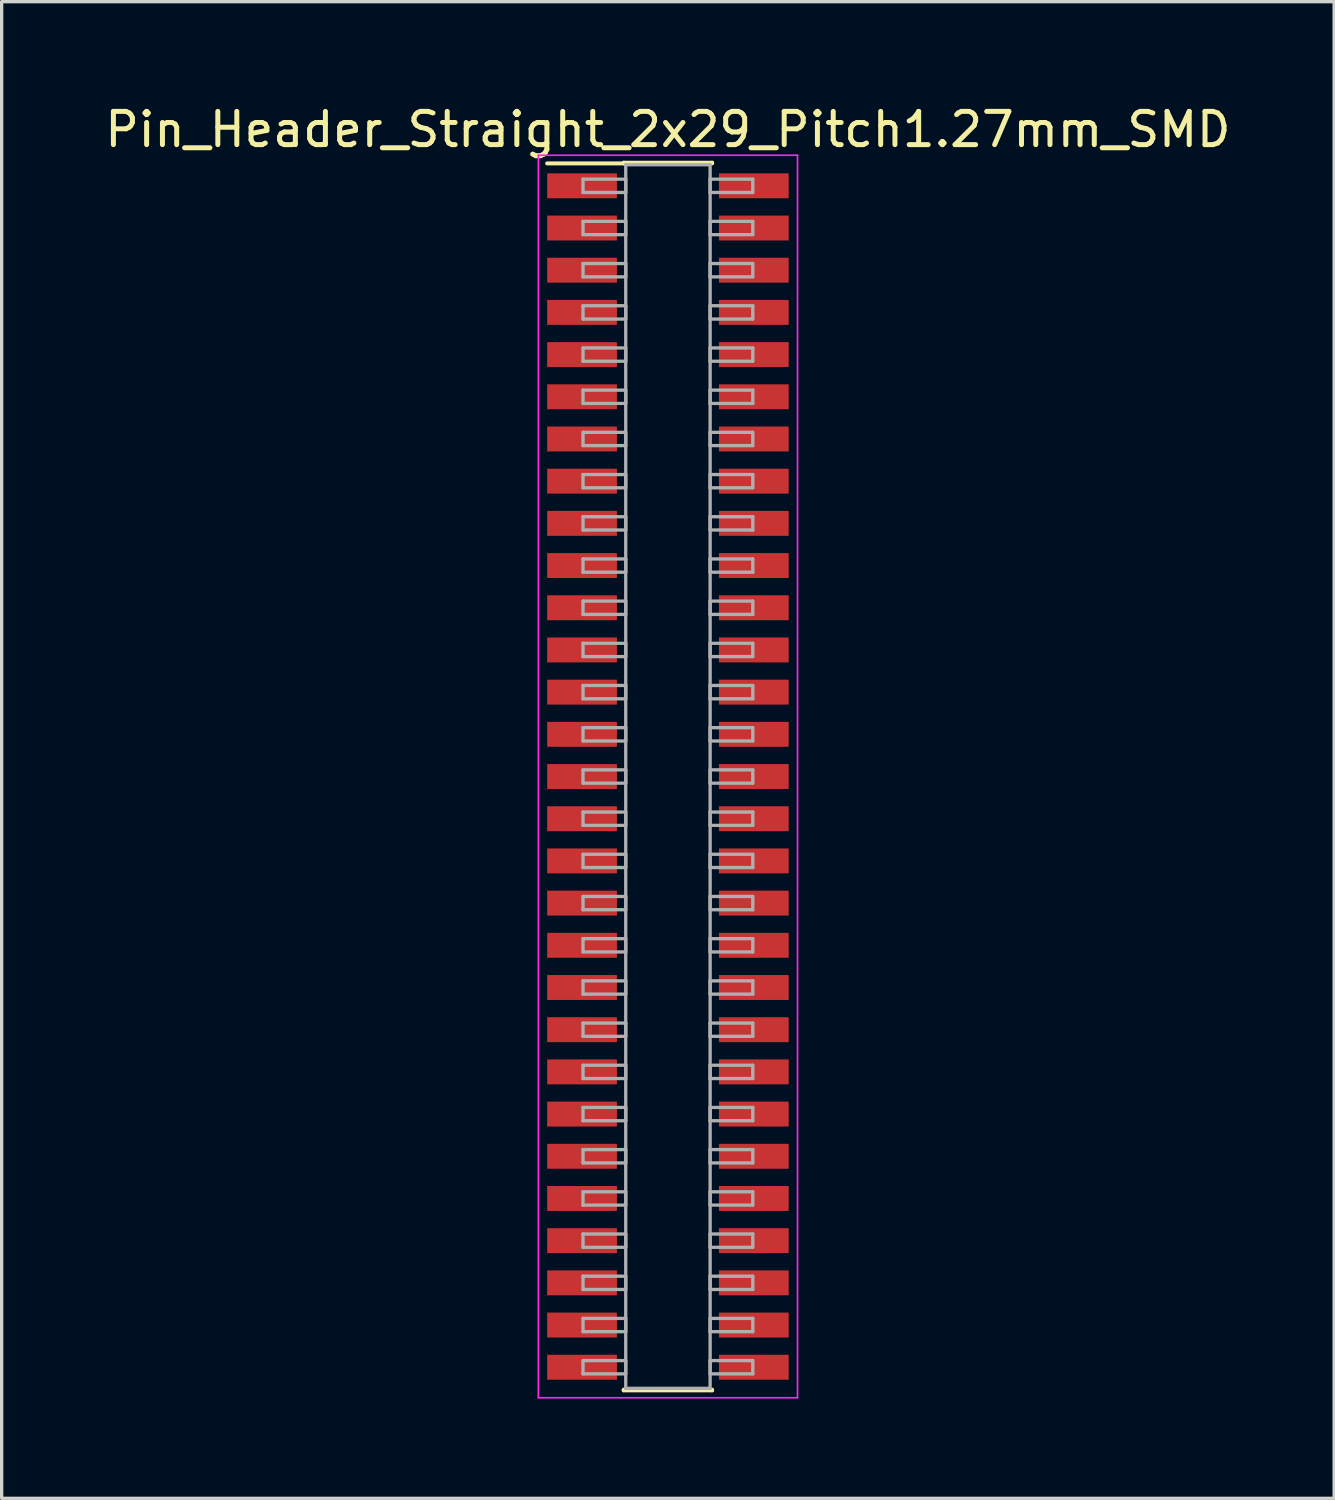
<source format=kicad_pcb>
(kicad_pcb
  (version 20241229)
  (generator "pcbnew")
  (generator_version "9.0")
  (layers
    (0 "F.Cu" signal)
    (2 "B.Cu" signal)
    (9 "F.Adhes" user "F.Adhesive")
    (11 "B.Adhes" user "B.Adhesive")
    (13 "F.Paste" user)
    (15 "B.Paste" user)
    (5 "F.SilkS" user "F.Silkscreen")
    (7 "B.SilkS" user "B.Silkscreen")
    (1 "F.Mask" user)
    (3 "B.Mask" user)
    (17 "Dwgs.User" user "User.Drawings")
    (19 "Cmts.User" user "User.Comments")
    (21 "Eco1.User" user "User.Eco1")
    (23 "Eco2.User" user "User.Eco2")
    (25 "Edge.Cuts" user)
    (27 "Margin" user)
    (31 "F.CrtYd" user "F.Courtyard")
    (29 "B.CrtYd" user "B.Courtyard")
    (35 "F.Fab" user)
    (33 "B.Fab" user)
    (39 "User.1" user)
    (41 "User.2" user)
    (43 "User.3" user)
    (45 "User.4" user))
  (footprint "Pin_Header_Straight_2x29_Pitch1.27mm_SMD"
    (layer "F.Cu")
    (at 17.054 20.323)
    (property "Reference" "Pin_Header_Straight_2x29_Pitch1.27mm_SMD" (at 0 -19.475 0) (layer "F.SilkS") (effects (font (size 1 1) (thickness 0.15))))
    (attr smd)
    (fp_line (start -3.635 -18.455) (end -1.33 -18.455) (stroke (width 0.12) (type solid)) (layer "F.SilkS"))
    (fp_line (start -1.33 -18.475) (end 1.33 -18.475) (stroke (width 0.12) (type solid)) (layer "F.SilkS"))
    (fp_line (start -1.33 -18.455) (end -1.33 -18.475) (stroke (width 0.12) (type solid)) (layer "F.SilkS"))
    (fp_line (start -1.33 18.455) (end -1.33 18.475) (stroke (width 0.12) (type solid)) (layer "F.SilkS"))
    (fp_line (start -1.33 18.475) (end 1.33 18.475) (stroke (width 0.12) (type solid)) (layer "F.SilkS"))
    (fp_line (start 1.33 -18.475) (end 1.33 -18.455) (stroke (width 0.12) (type solid)) (layer "F.SilkS"))
    (fp_line (start 1.33 18.475) (end 1.33 18.455) (stroke (width 0.12) (type solid)) (layer "F.SilkS"))
    (fp_line (start -3.9 -18.7) (end -3.9 18.7) (stroke (width 0.05) (type solid)) (layer "F.CrtYd"))
    (fp_line (start -3.9 18.7) (end 3.9 18.7) (stroke (width 0.05) (type solid)) (layer "F.CrtYd"))
    (fp_line (start 3.9 -18.7) (end -3.9 -18.7) (stroke (width 0.05) (type solid)) (layer "F.CrtYd"))
    (fp_line (start 3.9 18.7) (end 3.9 -18.7) (stroke (width 0.05) (type solid)) (layer "F.CrtYd"))
    (fp_line (start -2.555 -17.98) (end -1.27 -17.98) (stroke (width 0.1) (type solid)) (layer "F.Fab"))
    (fp_line (start -2.555 -17.58) (end -2.555 -17.98) (stroke (width 0.1) (type solid)) (layer "F.Fab"))
    (fp_line (start -2.555 -16.71) (end -1.27 -16.71) (stroke (width 0.1) (type solid)) (layer "F.Fab"))
    (fp_line (start -2.555 -16.31) (end -2.555 -16.71) (stroke (width 0.1) (type solid)) (layer "F.Fab"))
    (fp_line (start -2.555 -15.44) (end -1.27 -15.44) (stroke (width 0.1) (type solid)) (layer "F.Fab"))
    (fp_line (start -2.555 -15.04) (end -2.555 -15.44) (stroke (width 0.1) (type solid)) (layer "F.Fab"))
    (fp_line (start -2.555 -14.17) (end -1.27 -14.17) (stroke (width 0.1) (type solid)) (layer "F.Fab"))
    (fp_line (start -2.555 -13.77) (end -2.555 -14.17) (stroke (width 0.1) (type solid)) (layer "F.Fab"))
    (fp_line (start -2.555 -12.9) (end -1.27 -12.9) (stroke (width 0.1) (type solid)) (layer "F.Fab"))
    (fp_line (start -2.555 -12.5) (end -2.555 -12.9) (stroke (width 0.1) (type solid)) (layer "F.Fab"))
    (fp_line (start -2.555 -11.63) (end -1.27 -11.63) (stroke (width 0.1) (type solid)) (layer "F.Fab"))
    (fp_line (start -2.555 -11.23) (end -2.555 -11.63) (stroke (width 0.1) (type solid)) (layer "F.Fab"))
    (fp_line (start -2.555 -10.36) (end -1.27 -10.36) (stroke (width 0.1) (type solid)) (layer "F.Fab"))
    (fp_line (start -2.555 -9.96) (end -2.555 -10.36) (stroke (width 0.1) (type solid)) (layer "F.Fab"))
    (fp_line (start -2.555 -9.09) (end -1.27 -9.09) (stroke (width 0.1) (type solid)) (layer "F.Fab"))
    (fp_line (start -2.555 -8.69) (end -2.555 -9.09) (stroke (width 0.1) (type solid)) (layer "F.Fab"))
    (fp_line (start -2.555 -7.82) (end -1.27 -7.82) (stroke (width 0.1) (type solid)) (layer "F.Fab"))
    (fp_line (start -2.555 -7.42) (end -2.555 -7.82) (stroke (width 0.1) (type solid)) (layer "F.Fab"))
    (fp_line (start -2.555 -6.55) (end -1.27 -6.55) (stroke (width 0.1) (type solid)) (layer "F.Fab"))
    (fp_line (start -2.555 -6.15) (end -2.555 -6.55) (stroke (width 0.1) (type solid)) (layer "F.Fab"))
    (fp_line (start -2.555 -5.28) (end -1.27 -5.28) (stroke (width 0.1) (type solid)) (layer "F.Fab"))
    (fp_line (start -2.555 -4.88) (end -2.555 -5.28) (stroke (width 0.1) (type solid)) (layer "F.Fab"))
    (fp_line (start -2.555 -4.01) (end -1.27 -4.01) (stroke (width 0.1) (type solid)) (layer "F.Fab"))
    (fp_line (start -2.555 -3.61) (end -2.555 -4.01) (stroke (width 0.1) (type solid)) (layer "F.Fab"))
    (fp_line (start -2.555 -2.74) (end -1.27 -2.74) (stroke (width 0.1) (type solid)) (layer "F.Fab"))
    (fp_line (start -2.555 -2.34) (end -2.555 -2.74) (stroke (width 0.1) (type solid)) (layer "F.Fab"))
    (fp_line (start -2.555 -1.47) (end -1.27 -1.47) (stroke (width 0.1) (type solid)) (layer "F.Fab"))
    (fp_line (start -2.555 -1.07) (end -2.555 -1.47) (stroke (width 0.1) (type solid)) (layer "F.Fab"))
    (fp_line (start -2.555 -0.2) (end -1.27 -0.2) (stroke (width 0.1) (type solid)) (layer "F.Fab"))
    (fp_line (start -2.555 0.2) (end -2.555 -0.2) (stroke (width 0.1) (type solid)) (layer "F.Fab"))
    (fp_line (start -2.555 1.07) (end -1.27 1.07) (stroke (width 0.1) (type solid)) (layer "F.Fab"))
    (fp_line (start -2.555 1.47) (end -2.555 1.07) (stroke (width 0.1) (type solid)) (layer "F.Fab"))
    (fp_line (start -2.555 2.34) (end -1.27 2.34) (stroke (width 0.1) (type solid)) (layer "F.Fab"))
    (fp_line (start -2.555 2.74) (end -2.555 2.34) (stroke (width 0.1) (type solid)) (layer "F.Fab"))
    (fp_line (start -2.555 3.61) (end -1.27 3.61) (stroke (width 0.1) (type solid)) (layer "F.Fab"))
    (fp_line (start -2.555 4.01) (end -2.555 3.61) (stroke (width 0.1) (type solid)) (layer "F.Fab"))
    (fp_line (start -2.555 4.88) (end -1.27 4.88) (stroke (width 0.1) (type solid)) (layer "F.Fab"))
    (fp_line (start -2.555 5.28) (end -2.555 4.88) (stroke (width 0.1) (type solid)) (layer "F.Fab"))
    (fp_line (start -2.555 6.15) (end -1.27 6.15) (stroke (width 0.1) (type solid)) (layer "F.Fab"))
    (fp_line (start -2.555 6.55) (end -2.555 6.15) (stroke (width 0.1) (type solid)) (layer "F.Fab"))
    (fp_line (start -2.555 7.42) (end -1.27 7.42) (stroke (width 0.1) (type solid)) (layer "F.Fab"))
    (fp_line (start -2.555 7.82) (end -2.555 7.42) (stroke (width 0.1) (type solid)) (layer "F.Fab"))
    (fp_line (start -2.555 8.69) (end -1.27 8.69) (stroke (width 0.1) (type solid)) (layer "F.Fab"))
    (fp_line (start -2.555 9.09) (end -2.555 8.69) (stroke (width 0.1) (type solid)) (layer "F.Fab"))
    (fp_line (start -2.555 9.96) (end -1.27 9.96) (stroke (width 0.1) (type solid)) (layer "F.Fab"))
    (fp_line (start -2.555 10.36) (end -2.555 9.96) (stroke (width 0.1) (type solid)) (layer "F.Fab"))
    (fp_line (start -2.555 11.23) (end -1.27 11.23) (stroke (width 0.1) (type solid)) (layer "F.Fab"))
    (fp_line (start -2.555 11.63) (end -2.555 11.23) (stroke (width 0.1) (type solid)) (layer "F.Fab"))
    (fp_line (start -2.555 12.5) (end -1.27 12.5) (stroke (width 0.1) (type solid)) (layer "F.Fab"))
    (fp_line (start -2.555 12.9) (end -2.555 12.5) (stroke (width 0.1) (type solid)) (layer "F.Fab"))
    (fp_line (start -2.555 13.77) (end -1.27 13.77) (stroke (width 0.1) (type solid)) (layer "F.Fab"))
    (fp_line (start -2.555 14.17) (end -2.555 13.77) (stroke (width 0.1) (type solid)) (layer "F.Fab"))
    (fp_line (start -2.555 15.04) (end -1.27 15.04) (stroke (width 0.1) (type solid)) (layer "F.Fab"))
    (fp_line (start -2.555 15.44) (end -2.555 15.04) (stroke (width 0.1) (type solid)) (layer "F.Fab"))
    (fp_line (start -2.555 16.31) (end -1.27 16.31) (stroke (width 0.1) (type solid)) (layer "F.Fab"))
    (fp_line (start -2.555 16.71) (end -2.555 16.31) (stroke (width 0.1) (type solid)) (layer "F.Fab"))
    (fp_line (start -2.555 17.58) (end -1.27 17.58) (stroke (width 0.1) (type solid)) (layer "F.Fab"))
    (fp_line (start -2.555 17.98) (end -2.555 17.58) (stroke (width 0.1) (type solid)) (layer "F.Fab"))
    (fp_line (start -1.27 -18.415) (end -1.27 18.415) (stroke (width 0.1) (type solid)) (layer "F.Fab"))
    (fp_line (start -1.27 -17.98) (end -1.27 -17.58) (stroke (width 0.1) (type solid)) (layer "F.Fab"))
    (fp_line (start -1.27 -17.58) (end -2.555 -17.58) (stroke (width 0.1) (type solid)) (layer "F.Fab"))
    (fp_line (start -1.27 -16.71) (end -1.27 -16.31) (stroke (width 0.1) (type solid)) (layer "F.Fab"))
    (fp_line (start -1.27 -16.31) (end -2.555 -16.31) (stroke (width 0.1) (type solid)) (layer "F.Fab"))
    (fp_line (start -1.27 -15.44) (end -1.27 -15.04) (stroke (width 0.1) (type solid)) (layer "F.Fab"))
    (fp_line (start -1.27 -15.04) (end -2.555 -15.04) (stroke (width 0.1) (type solid)) (layer "F.Fab"))
    (fp_line (start -1.27 -14.17) (end -1.27 -13.77) (stroke (width 0.1) (type solid)) (layer "F.Fab"))
    (fp_line (start -1.27 -13.77) (end -2.555 -13.77) (stroke (width 0.1) (type solid)) (layer "F.Fab"))
    (fp_line (start -1.27 -12.9) (end -1.27 -12.5) (stroke (width 0.1) (type solid)) (layer "F.Fab"))
    (fp_line (start -1.27 -12.5) (end -2.555 -12.5) (stroke (width 0.1) (type solid)) (layer "F.Fab"))
    (fp_line (start -1.27 -11.63) (end -1.27 -11.23) (stroke (width 0.1) (type solid)) (layer "F.Fab"))
    (fp_line (start -1.27 -11.23) (end -2.555 -11.23) (stroke (width 0.1) (type solid)) (layer "F.Fab"))
    (fp_line (start -1.27 -10.36) (end -1.27 -9.96) (stroke (width 0.1) (type solid)) (layer "F.Fab"))
    (fp_line (start -1.27 -9.96) (end -2.555 -9.96) (stroke (width 0.1) (type solid)) (layer "F.Fab"))
    (fp_line (start -1.27 -9.09) (end -1.27 -8.69) (stroke (width 0.1) (type solid)) (layer "F.Fab"))
    (fp_line (start -1.27 -8.69) (end -2.555 -8.69) (stroke (width 0.1) (type solid)) (layer "F.Fab"))
    (fp_line (start -1.27 -7.82) (end -1.27 -7.42) (stroke (width 0.1) (type solid)) (layer "F.Fab"))
    (fp_line (start -1.27 -7.42) (end -2.555 -7.42) (stroke (width 0.1) (type solid)) (layer "F.Fab"))
    (fp_line (start -1.27 -6.55) (end -1.27 -6.15) (stroke (width 0.1) (type solid)) (layer "F.Fab"))
    (fp_line (start -1.27 -6.15) (end -2.555 -6.15) (stroke (width 0.1) (type solid)) (layer "F.Fab"))
    (fp_line (start -1.27 -5.28) (end -1.27 -4.88) (stroke (width 0.1) (type solid)) (layer "F.Fab"))
    (fp_line (start -1.27 -4.88) (end -2.555 -4.88) (stroke (width 0.1) (type solid)) (layer "F.Fab"))
    (fp_line (start -1.27 -4.01) (end -1.27 -3.61) (stroke (width 0.1) (type solid)) (layer "F.Fab"))
    (fp_line (start -1.27 -3.61) (end -2.555 -3.61) (stroke (width 0.1) (type solid)) (layer "F.Fab"))
    (fp_line (start -1.27 -2.74) (end -1.27 -2.34) (stroke (width 0.1) (type solid)) (layer "F.Fab"))
    (fp_line (start -1.27 -2.34) (end -2.555 -2.34) (stroke (width 0.1) (type solid)) (layer "F.Fab"))
    (fp_line (start -1.27 -1.47) (end -1.27 -1.07) (stroke (width 0.1) (type solid)) (layer "F.Fab"))
    (fp_line (start -1.27 -1.07) (end -2.555 -1.07) (stroke (width 0.1) (type solid)) (layer "F.Fab"))
    (fp_line (start -1.27 -0.2) (end -1.27 0.2) (stroke (width 0.1) (type solid)) (layer "F.Fab"))
    (fp_line (start -1.27 0.2) (end -2.555 0.2) (stroke (width 0.1) (type solid)) (layer "F.Fab"))
    (fp_line (start -1.27 1.07) (end -1.27 1.47) (stroke (width 0.1) (type solid)) (layer "F.Fab"))
    (fp_line (start -1.27 1.47) (end -2.555 1.47) (stroke (width 0.1) (type solid)) (layer "F.Fab"))
    (fp_line (start -1.27 2.34) (end -1.27 2.74) (stroke (width 0.1) (type solid)) (layer "F.Fab"))
    (fp_line (start -1.27 2.74) (end -2.555 2.74) (stroke (width 0.1) (type solid)) (layer "F.Fab"))
    (fp_line (start -1.27 3.61) (end -1.27 4.01) (stroke (width 0.1) (type solid)) (layer "F.Fab"))
    (fp_line (start -1.27 4.01) (end -2.555 4.01) (stroke (width 0.1) (type solid)) (layer "F.Fab"))
    (fp_line (start -1.27 4.88) (end -1.27 5.28) (stroke (width 0.1) (type solid)) (layer "F.Fab"))
    (fp_line (start -1.27 5.28) (end -2.555 5.28) (stroke (width 0.1) (type solid)) (layer "F.Fab"))
    (fp_line (start -1.27 6.15) (end -1.27 6.55) (stroke (width 0.1) (type solid)) (layer "F.Fab"))
    (fp_line (start -1.27 6.55) (end -2.555 6.55) (stroke (width 0.1) (type solid)) (layer "F.Fab"))
    (fp_line (start -1.27 7.42) (end -1.27 7.82) (stroke (width 0.1) (type solid)) (layer "F.Fab"))
    (fp_line (start -1.27 7.82) (end -2.555 7.82) (stroke (width 0.1) (type solid)) (layer "F.Fab"))
    (fp_line (start -1.27 8.69) (end -1.27 9.09) (stroke (width 0.1) (type solid)) (layer "F.Fab"))
    (fp_line (start -1.27 9.09) (end -2.555 9.09) (stroke (width 0.1) (type solid)) (layer "F.Fab"))
    (fp_line (start -1.27 9.96) (end -1.27 10.36) (stroke (width 0.1) (type solid)) (layer "F.Fab"))
    (fp_line (start -1.27 10.36) (end -2.555 10.36) (stroke (width 0.1) (type solid)) (layer "F.Fab"))
    (fp_line (start -1.27 11.23) (end -1.27 11.63) (stroke (width 0.1) (type solid)) (layer "F.Fab"))
    (fp_line (start -1.27 11.63) (end -2.555 11.63) (stroke (width 0.1) (type solid)) (layer "F.Fab"))
    (fp_line (start -1.27 12.5) (end -1.27 12.9) (stroke (width 0.1) (type solid)) (layer "F.Fab"))
    (fp_line (start -1.27 12.9) (end -2.555 12.9) (stroke (width 0.1) (type solid)) (layer "F.Fab"))
    (fp_line (start -1.27 13.77) (end -1.27 14.17) (stroke (width 0.1) (type solid)) (layer "F.Fab"))
    (fp_line (start -1.27 14.17) (end -2.555 14.17) (stroke (width 0.1) (type solid)) (layer "F.Fab"))
    (fp_line (start -1.27 15.04) (end -1.27 15.44) (stroke (width 0.1) (type solid)) (layer "F.Fab"))
    (fp_line (start -1.27 15.44) (end -2.555 15.44) (stroke (width 0.1) (type solid)) (layer "F.Fab"))
    (fp_line (start -1.27 16.31) (end -1.27 16.71) (stroke (width 0.1) (type solid)) (layer "F.Fab"))
    (fp_line (start -1.27 16.71) (end -2.555 16.71) (stroke (width 0.1) (type solid)) (layer "F.Fab"))
    (fp_line (start -1.27 17.58) (end -1.27 17.98) (stroke (width 0.1) (type solid)) (layer "F.Fab"))
    (fp_line (start -1.27 17.98) (end -2.555 17.98) (stroke (width 0.1) (type solid)) (layer "F.Fab"))
    (fp_line (start -1.27 18.415) (end 1.27 18.415) (stroke (width 0.1) (type solid)) (layer "F.Fab"))
    (fp_line (start 1.27 -18.415) (end -1.27 -18.415) (stroke (width 0.1) (type solid)) (layer "F.Fab"))
    (fp_line (start 1.27 -17.98) (end 1.27 -17.58) (stroke (width 0.1) (type solid)) (layer "F.Fab"))
    (fp_line (start 1.27 -17.58) (end 2.555 -17.58) (stroke (width 0.1) (type solid)) (layer "F.Fab"))
    (fp_line (start 1.27 -16.71) (end 1.27 -16.31) (stroke (width 0.1) (type solid)) (layer "F.Fab"))
    (fp_line (start 1.27 -16.31) (end 2.555 -16.31) (stroke (width 0.1) (type solid)) (layer "F.Fab"))
    (fp_line (start 1.27 -15.44) (end 1.27 -15.04) (stroke (width 0.1) (type solid)) (layer "F.Fab"))
    (fp_line (start 1.27 -15.04) (end 2.555 -15.04) (stroke (width 0.1) (type solid)) (layer "F.Fab"))
    (fp_line (start 1.27 -14.17) (end 1.27 -13.77) (stroke (width 0.1) (type solid)) (layer "F.Fab"))
    (fp_line (start 1.27 -13.77) (end 2.555 -13.77) (stroke (width 0.1) (type solid)) (layer "F.Fab"))
    (fp_line (start 1.27 -12.9) (end 1.27 -12.5) (stroke (width 0.1) (type solid)) (layer "F.Fab"))
    (fp_line (start 1.27 -12.5) (end 2.555 -12.5) (stroke (width 0.1) (type solid)) (layer "F.Fab"))
    (fp_line (start 1.27 -11.63) (end 1.27 -11.23) (stroke (width 0.1) (type solid)) (layer "F.Fab"))
    (fp_line (start 1.27 -11.23) (end 2.555 -11.23) (stroke (width 0.1) (type solid)) (layer "F.Fab"))
    (fp_line (start 1.27 -10.36) (end 1.27 -9.96) (stroke (width 0.1) (type solid)) (layer "F.Fab"))
    (fp_line (start 1.27 -9.96) (end 2.555 -9.96) (stroke (width 0.1) (type solid)) (layer "F.Fab"))
    (fp_line (start 1.27 -9.09) (end 1.27 -8.69) (stroke (width 0.1) (type solid)) (layer "F.Fab"))
    (fp_line (start 1.27 -8.69) (end 2.555 -8.69) (stroke (width 0.1) (type solid)) (layer "F.Fab"))
    (fp_line (start 1.27 -7.82) (end 1.27 -7.42) (stroke (width 0.1) (type solid)) (layer "F.Fab"))
    (fp_line (start 1.27 -7.42) (end 2.555 -7.42) (stroke (width 0.1) (type solid)) (layer "F.Fab"))
    (fp_line (start 1.27 -6.55) (end 1.27 -6.15) (stroke (width 0.1) (type solid)) (layer "F.Fab"))
    (fp_line (start 1.27 -6.15) (end 2.555 -6.15) (stroke (width 0.1) (type solid)) (layer "F.Fab"))
    (fp_line (start 1.27 -5.28) (end 1.27 -4.88) (stroke (width 0.1) (type solid)) (layer "F.Fab"))
    (fp_line (start 1.27 -4.88) (end 2.555 -4.88) (stroke (width 0.1) (type solid)) (layer "F.Fab"))
    (fp_line (start 1.27 -4.01) (end 1.27 -3.61) (stroke (width 0.1) (type solid)) (layer "F.Fab"))
    (fp_line (start 1.27 -3.61) (end 2.555 -3.61) (stroke (width 0.1) (type solid)) (layer "F.Fab"))
    (fp_line (start 1.27 -2.74) (end 1.27 -2.34) (stroke (width 0.1) (type solid)) (layer "F.Fab"))
    (fp_line (start 1.27 -2.34) (end 2.555 -2.34) (stroke (width 0.1) (type solid)) (layer "F.Fab"))
    (fp_line (start 1.27 -1.47) (end 1.27 -1.07) (stroke (width 0.1) (type solid)) (layer "F.Fab"))
    (fp_line (start 1.27 -1.07) (end 2.555 -1.07) (stroke (width 0.1) (type solid)) (layer "F.Fab"))
    (fp_line (start 1.27 -0.2) (end 1.27 0.2) (stroke (width 0.1) (type solid)) (layer "F.Fab"))
    (fp_line (start 1.27 0.2) (end 2.555 0.2) (stroke (width 0.1) (type solid)) (layer "F.Fab"))
    (fp_line (start 1.27 1.07) (end 1.27 1.47) (stroke (width 0.1) (type solid)) (layer "F.Fab"))
    (fp_line (start 1.27 1.47) (end 2.555 1.47) (stroke (width 0.1) (type solid)) (layer "F.Fab"))
    (fp_line (start 1.27 2.34) (end 1.27 2.74) (stroke (width 0.1) (type solid)) (layer "F.Fab"))
    (fp_line (start 1.27 2.74) (end 2.555 2.74) (stroke (width 0.1) (type solid)) (layer "F.Fab"))
    (fp_line (start 1.27 3.61) (end 1.27 4.01) (stroke (width 0.1) (type solid)) (layer "F.Fab"))
    (fp_line (start 1.27 4.01) (end 2.555 4.01) (stroke (width 0.1) (type solid)) (layer "F.Fab"))
    (fp_line (start 1.27 4.88) (end 1.27 5.28) (stroke (width 0.1) (type solid)) (layer "F.Fab"))
    (fp_line (start 1.27 5.28) (end 2.555 5.28) (stroke (width 0.1) (type solid)) (layer "F.Fab"))
    (fp_line (start 1.27 6.15) (end 1.27 6.55) (stroke (width 0.1) (type solid)) (layer "F.Fab"))
    (fp_line (start 1.27 6.55) (end 2.555 6.55) (stroke (width 0.1) (type solid)) (layer "F.Fab"))
    (fp_line (start 1.27 7.42) (end 1.27 7.82) (stroke (width 0.1) (type solid)) (layer "F.Fab"))
    (fp_line (start 1.27 7.82) (end 2.555 7.82) (stroke (width 0.1) (type solid)) (layer "F.Fab"))
    (fp_line (start 1.27 8.69) (end 1.27 9.09) (stroke (width 0.1) (type solid)) (layer "F.Fab"))
    (fp_line (start 1.27 9.09) (end 2.555 9.09) (stroke (width 0.1) (type solid)) (layer "F.Fab"))
    (fp_line (start 1.27 9.96) (end 1.27 10.36) (stroke (width 0.1) (type solid)) (layer "F.Fab"))
    (fp_line (start 1.27 10.36) (end 2.555 10.36) (stroke (width 0.1) (type solid)) (layer "F.Fab"))
    (fp_line (start 1.27 11.23) (end 1.27 11.63) (stroke (width 0.1) (type solid)) (layer "F.Fab"))
    (fp_line (start 1.27 11.63) (end 2.555 11.63) (stroke (width 0.1) (type solid)) (layer "F.Fab"))
    (fp_line (start 1.27 12.5) (end 1.27 12.9) (stroke (width 0.1) (type solid)) (layer "F.Fab"))
    (fp_line (start 1.27 12.9) (end 2.555 12.9) (stroke (width 0.1) (type solid)) (layer "F.Fab"))
    (fp_line (start 1.27 13.77) (end 1.27 14.17) (stroke (width 0.1) (type solid)) (layer "F.Fab"))
    (fp_line (start 1.27 14.17) (end 2.555 14.17) (stroke (width 0.1) (type solid)) (layer "F.Fab"))
    (fp_line (start 1.27 15.04) (end 1.27 15.44) (stroke (width 0.1) (type solid)) (layer "F.Fab"))
    (fp_line (start 1.27 15.44) (end 2.555 15.44) (stroke (width 0.1) (type solid)) (layer "F.Fab"))
    (fp_line (start 1.27 16.31) (end 1.27 16.71) (stroke (width 0.1) (type solid)) (layer "F.Fab"))
    (fp_line (start 1.27 16.71) (end 2.555 16.71) (stroke (width 0.1) (type solid)) (layer "F.Fab"))
    (fp_line (start 1.27 17.58) (end 1.27 17.98) (stroke (width 0.1) (type solid)) (layer "F.Fab"))
    (fp_line (start 1.27 17.98) (end 2.555 17.98) (stroke (width 0.1) (type solid)) (layer "F.Fab"))
    (fp_line (start 1.27 18.415) (end 1.27 -18.415) (stroke (width 0.1) (type solid)) (layer "F.Fab"))
    (fp_line (start 2.555 -17.98) (end 1.27 -17.98) (stroke (width 0.1) (type solid)) (layer "F.Fab"))
    (fp_line (start 2.555 -17.58) (end 2.555 -17.98) (stroke (width 0.1) (type solid)) (layer "F.Fab"))
    (fp_line (start 2.555 -16.71) (end 1.27 -16.71) (stroke (width 0.1) (type solid)) (layer "F.Fab"))
    (fp_line (start 2.555 -16.31) (end 2.555 -16.71) (stroke (width 0.1) (type solid)) (layer "F.Fab"))
    (fp_line (start 2.555 -15.44) (end 1.27 -15.44) (stroke (width 0.1) (type solid)) (layer "F.Fab"))
    (fp_line (start 2.555 -15.04) (end 2.555 -15.44) (stroke (width 0.1) (type solid)) (layer "F.Fab"))
    (fp_line (start 2.555 -14.17) (end 1.27 -14.17) (stroke (width 0.1) (type solid)) (layer "F.Fab"))
    (fp_line (start 2.555 -13.77) (end 2.555 -14.17) (stroke (width 0.1) (type solid)) (layer "F.Fab"))
    (fp_line (start 2.555 -12.9) (end 1.27 -12.9) (stroke (width 0.1) (type solid)) (layer "F.Fab"))
    (fp_line (start 2.555 -12.5) (end 2.555 -12.9) (stroke (width 0.1) (type solid)) (layer "F.Fab"))
    (fp_line (start 2.555 -11.63) (end 1.27 -11.63) (stroke (width 0.1) (type solid)) (layer "F.Fab"))
    (fp_line (start 2.555 -11.23) (end 2.555 -11.63) (stroke (width 0.1) (type solid)) (layer "F.Fab"))
    (fp_line (start 2.555 -10.36) (end 1.27 -10.36) (stroke (width 0.1) (type solid)) (layer "F.Fab"))
    (fp_line (start 2.555 -9.96) (end 2.555 -10.36) (stroke (width 0.1) (type solid)) (layer "F.Fab"))
    (fp_line (start 2.555 -9.09) (end 1.27 -9.09) (stroke (width 0.1) (type solid)) (layer "F.Fab"))
    (fp_line (start 2.555 -8.69) (end 2.555 -9.09) (stroke (width 0.1) (type solid)) (layer "F.Fab"))
    (fp_line (start 2.555 -7.82) (end 1.27 -7.82) (stroke (width 0.1) (type solid)) (layer "F.Fab"))
    (fp_line (start 2.555 -7.42) (end 2.555 -7.82) (stroke (width 0.1) (type solid)) (layer "F.Fab"))
    (fp_line (start 2.555 -6.55) (end 1.27 -6.55) (stroke (width 0.1) (type solid)) (layer "F.Fab"))
    (fp_line (start 2.555 -6.15) (end 2.555 -6.55) (stroke (width 0.1) (type solid)) (layer "F.Fab"))
    (fp_line (start 2.555 -5.28) (end 1.27 -5.28) (stroke (width 0.1) (type solid)) (layer "F.Fab"))
    (fp_line (start 2.555 -4.88) (end 2.555 -5.28) (stroke (width 0.1) (type solid)) (layer "F.Fab"))
    (fp_line (start 2.555 -4.01) (end 1.27 -4.01) (stroke (width 0.1) (type solid)) (layer "F.Fab"))
    (fp_line (start 2.555 -3.61) (end 2.555 -4.01) (stroke (width 0.1) (type solid)) (layer "F.Fab"))
    (fp_line (start 2.555 -2.74) (end 1.27 -2.74) (stroke (width 0.1) (type solid)) (layer "F.Fab"))
    (fp_line (start 2.555 -2.34) (end 2.555 -2.74) (stroke (width 0.1) (type solid)) (layer "F.Fab"))
    (fp_line (start 2.555 -1.47) (end 1.27 -1.47) (stroke (width 0.1) (type solid)) (layer "F.Fab"))
    (fp_line (start 2.555 -1.07) (end 2.555 -1.47) (stroke (width 0.1) (type solid)) (layer "F.Fab"))
    (fp_line (start 2.555 -0.2) (end 1.27 -0.2) (stroke (width 0.1) (type solid)) (layer "F.Fab"))
    (fp_line (start 2.555 0.2) (end 2.555 -0.2) (stroke (width 0.1) (type solid)) (layer "F.Fab"))
    (fp_line (start 2.555 1.07) (end 1.27 1.07) (stroke (width 0.1) (type solid)) (layer "F.Fab"))
    (fp_line (start 2.555 1.47) (end 2.555 1.07) (stroke (width 0.1) (type solid)) (layer "F.Fab"))
    (fp_line (start 2.555 2.34) (end 1.27 2.34) (stroke (width 0.1) (type solid)) (layer "F.Fab"))
    (fp_line (start 2.555 2.74) (end 2.555 2.34) (stroke (width 0.1) (type solid)) (layer "F.Fab"))
    (fp_line (start 2.555 3.61) (end 1.27 3.61) (stroke (width 0.1) (type solid)) (layer "F.Fab"))
    (fp_line (start 2.555 4.01) (end 2.555 3.61) (stroke (width 0.1) (type solid)) (layer "F.Fab"))
    (fp_line (start 2.555 4.88) (end 1.27 4.88) (stroke (width 0.1) (type solid)) (layer "F.Fab"))
    (fp_line (start 2.555 5.28) (end 2.555 4.88) (stroke (width 0.1) (type solid)) (layer "F.Fab"))
    (fp_line (start 2.555 6.15) (end 1.27 6.15) (stroke (width 0.1) (type solid)) (layer "F.Fab"))
    (fp_line (start 2.555 6.55) (end 2.555 6.15) (stroke (width 0.1) (type solid)) (layer "F.Fab"))
    (fp_line (start 2.555 7.42) (end 1.27 7.42) (stroke (width 0.1) (type solid)) (layer "F.Fab"))
    (fp_line (start 2.555 7.82) (end 2.555 7.42) (stroke (width 0.1) (type solid)) (layer "F.Fab"))
    (fp_line (start 2.555 8.69) (end 1.27 8.69) (stroke (width 0.1) (type solid)) (layer "F.Fab"))
    (fp_line (start 2.555 9.09) (end 2.555 8.69) (stroke (width 0.1) (type solid)) (layer "F.Fab"))
    (fp_line (start 2.555 9.96) (end 1.27 9.96) (stroke (width 0.1) (type solid)) (layer "F.Fab"))
    (fp_line (start 2.555 10.36) (end 2.555 9.96) (stroke (width 0.1) (type solid)) (layer "F.Fab"))
    (fp_line (start 2.555 11.23) (end 1.27 11.23) (stroke (width 0.1) (type solid)) (layer "F.Fab"))
    (fp_line (start 2.555 11.63) (end 2.555 11.23) (stroke (width 0.1) (type solid)) (layer "F.Fab"))
    (fp_line (start 2.555 12.5) (end 1.27 12.5) (stroke (width 0.1) (type solid)) (layer "F.Fab"))
    (fp_line (start 2.555 12.9) (end 2.555 12.5) (stroke (width 0.1) (type solid)) (layer "F.Fab"))
    (fp_line (start 2.555 13.77) (end 1.27 13.77) (stroke (width 0.1) (type solid)) (layer "F.Fab"))
    (fp_line (start 2.555 14.17) (end 2.555 13.77) (stroke (width 0.1) (type solid)) (layer "F.Fab"))
    (fp_line (start 2.555 15.04) (end 1.27 15.04) (stroke (width 0.1) (type solid)) (layer "F.Fab"))
    (fp_line (start 2.555 15.44) (end 2.555 15.04) (stroke (width 0.1) (type solid)) (layer "F.Fab"))
    (fp_line (start 2.555 16.31) (end 1.27 16.31) (stroke (width 0.1) (type solid)) (layer "F.Fab"))
    (fp_line (start 2.555 16.71) (end 2.555 16.31) (stroke (width 0.1) (type solid)) (layer "F.Fab"))
    (fp_line (start 2.555 17.58) (end 1.27 17.58) (stroke (width 0.1) (type solid)) (layer "F.Fab"))
    (fp_line (start 2.555 17.98) (end 2.555 17.58) (stroke (width 0.1) (type solid)) (layer "F.Fab"))
    (pad "1" smd rect (at -2.585 -17.78) (size 2.1 0.75) (layers "F.Cu" "F.Mask"))
    (pad "2" smd rect (at 2.585 -17.78) (size 2.1 0.75) (layers "F.Cu" "F.Mask"))
    (pad "3" smd rect (at -2.585 -16.51) (size 2.1 0.75) (layers "F.Cu" "F.Mask"))
    (pad "4" smd rect (at 2.585 -16.51) (size 2.1 0.75) (layers "F.Cu" "F.Mask"))
    (pad "5" smd rect (at -2.585 -15.24) (size 2.1 0.75) (layers "F.Cu" "F.Mask"))
    (pad "6" smd rect (at 2.585 -15.24) (size 2.1 0.75) (layers "F.Cu" "F.Mask"))
    (pad "7" smd rect (at -2.585 -13.97) (size 2.1 0.75) (layers "F.Cu" "F.Mask"))
    (pad "8" smd rect (at 2.585 -13.97) (size 2.1 0.75) (layers "F.Cu" "F.Mask"))
    (pad "9" smd rect (at -2.585 -12.7) (size 2.1 0.75) (layers "F.Cu" "F.Mask"))
    (pad "10" smd rect (at 2.585 -12.7) (size 2.1 0.75) (layers "F.Cu" "F.Mask"))
    (pad "11" smd rect (at -2.585 -11.43) (size 2.1 0.75) (layers "F.Cu" "F.Mask"))
    (pad "12" smd rect (at 2.585 -11.43) (size 2.1 0.75) (layers "F.Cu" "F.Mask"))
    (pad "13" smd rect (at -2.585 -10.16) (size 2.1 0.75) (layers "F.Cu" "F.Mask"))
    (pad "14" smd rect (at 2.585 -10.16) (size 2.1 0.75) (layers "F.Cu" "F.Mask"))
    (pad "15" smd rect (at -2.585 -8.89) (size 2.1 0.75) (layers "F.Cu" "F.Mask"))
    (pad "16" smd rect (at 2.585 -8.89) (size 2.1 0.75) (layers "F.Cu" "F.Mask"))
    (pad "17" smd rect (at -2.585 -7.62) (size 2.1 0.75) (layers "F.Cu" "F.Mask"))
    (pad "18" smd rect (at 2.585 -7.62) (size 2.1 0.75) (layers "F.Cu" "F.Mask"))
    (pad "19" smd rect (at -2.585 -6.35) (size 2.1 0.75) (layers "F.Cu" "F.Mask"))
    (pad "20" smd rect (at 2.585 -6.35) (size 2.1 0.75) (layers "F.Cu" "F.Mask"))
    (pad "21" smd rect (at -2.585 -5.08) (size 2.1 0.75) (layers "F.Cu" "F.Mask"))
    (pad "22" smd rect (at 2.585 -5.08) (size 2.1 0.75) (layers "F.Cu" "F.Mask"))
    (pad "23" smd rect (at -2.585 -3.81) (size 2.1 0.75) (layers "F.Cu" "F.Mask"))
    (pad "24" smd rect (at 2.585 -3.81) (size 2.1 0.75) (layers "F.Cu" "F.Mask"))
    (pad "25" smd rect (at -2.585 -2.54) (size 2.1 0.75) (layers "F.Cu" "F.Mask"))
    (pad "26" smd rect (at 2.585 -2.54) (size 2.1 0.75) (layers "F.Cu" "F.Mask"))
    (pad "27" smd rect (at -2.585 -1.27) (size 2.1 0.75) (layers "F.Cu" "F.Mask"))
    (pad "28" smd rect (at 2.585 -1.27) (size 2.1 0.75) (layers "F.Cu" "F.Mask"))
    (pad "29" smd rect (at -2.585 0) (size 2.1 0.75) (layers "F.Cu" "F.Mask"))
    (pad "30" smd rect (at 2.585 0) (size 2.1 0.75) (layers "F.Cu" "F.Mask"))
    (pad "31" smd rect (at -2.585 1.27) (size 2.1 0.75) (layers "F.Cu" "F.Mask"))
    (pad "32" smd rect (at 2.585 1.27) (size 2.1 0.75) (layers "F.Cu" "F.Mask"))
    (pad "33" smd rect (at -2.585 2.54) (size 2.1 0.75) (layers "F.Cu" "F.Mask"))
    (pad "34" smd rect (at 2.585 2.54) (size 2.1 0.75) (layers "F.Cu" "F.Mask"))
    (pad "35" smd rect (at -2.585 3.81) (size 2.1 0.75) (layers "F.Cu" "F.Mask"))
    (pad "36" smd rect (at 2.585 3.81) (size 2.1 0.75) (layers "F.Cu" "F.Mask"))
    (pad "37" smd rect (at -2.585 5.08) (size 2.1 0.75) (layers "F.Cu" "F.Mask"))
    (pad "38" smd rect (at 2.585 5.08) (size 2.1 0.75) (layers "F.Cu" "F.Mask"))
    (pad "39" smd rect (at -2.585 6.35) (size 2.1 0.75) (layers "F.Cu" "F.Mask"))
    (pad "40" smd rect (at 2.585 6.35) (size 2.1 0.75) (layers "F.Cu" "F.Mask"))
    (pad "41" smd rect (at -2.585 7.62) (size 2.1 0.75) (layers "F.Cu" "F.Mask"))
    (pad "42" smd rect (at 2.585 7.62) (size 2.1 0.75) (layers "F.Cu" "F.Mask"))
    (pad "43" smd rect (at -2.585 8.89) (size 2.1 0.75) (layers "F.Cu" "F.Mask"))
    (pad "44" smd rect (at 2.585 8.89) (size 2.1 0.75) (layers "F.Cu" "F.Mask"))
    (pad "45" smd rect (at -2.585 10.16) (size 2.1 0.75) (layers "F.Cu" "F.Mask"))
    (pad "46" smd rect (at 2.585 10.16) (size 2.1 0.75) (layers "F.Cu" "F.Mask"))
    (pad "47" smd rect (at -2.585 11.43) (size 2.1 0.75) (layers "F.Cu" "F.Mask"))
    (pad "48" smd rect (at 2.585 11.43) (size 2.1 0.75) (layers "F.Cu" "F.Mask"))
    (pad "49" smd rect (at -2.585 12.7) (size 2.1 0.75) (layers "F.Cu" "F.Mask"))
    (pad "50" smd rect (at 2.585 12.7) (size 2.1 0.75) (layers "F.Cu" "F.Mask"))
    (pad "51" smd rect (at -2.585 13.97) (size 2.1 0.75) (layers "F.Cu" "F.Mask"))
    (pad "52" smd rect (at 2.585 13.97) (size 2.1 0.75) (layers "F.Cu" "F.Mask"))
    (pad "53" smd rect (at -2.585 15.24) (size 2.1 0.75) (layers "F.Cu" "F.Mask"))
    (pad "54" smd rect (at 2.585 15.24) (size 2.1 0.75) (layers "F.Cu" "F.Mask"))
    (pad "55" smd rect (at -2.585 16.51) (size 2.1 0.75) (layers "F.Cu" "F.Mask"))
    (pad "56" smd rect (at 2.585 16.51) (size 2.1 0.75) (layers "F.Cu" "F.Mask"))
    (pad "57" smd rect (at -2.585 17.78) (size 2.1 0.75) (layers "F.Cu" "F.Mask"))
    (pad "58" smd rect (at 2.585 17.78) (size 2.1 0.75) (layers "F.Cu" "F.Mask")))
  (gr_rect
    (start -3 -3)
    (end 37.107 42.048)
    (stroke (width 0.1) (type default))
    (fill no)
    (layer "Edge.Cuts")))
</source>
